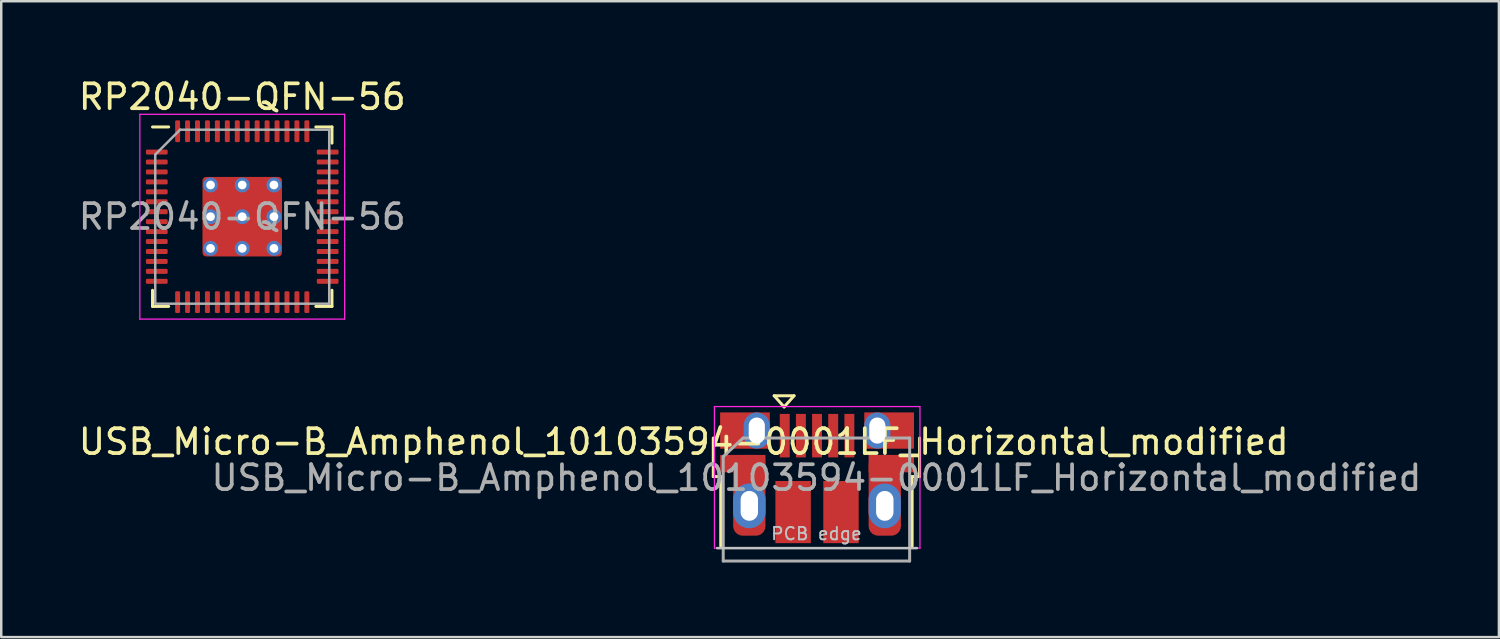
<source format=kicad_pcb>
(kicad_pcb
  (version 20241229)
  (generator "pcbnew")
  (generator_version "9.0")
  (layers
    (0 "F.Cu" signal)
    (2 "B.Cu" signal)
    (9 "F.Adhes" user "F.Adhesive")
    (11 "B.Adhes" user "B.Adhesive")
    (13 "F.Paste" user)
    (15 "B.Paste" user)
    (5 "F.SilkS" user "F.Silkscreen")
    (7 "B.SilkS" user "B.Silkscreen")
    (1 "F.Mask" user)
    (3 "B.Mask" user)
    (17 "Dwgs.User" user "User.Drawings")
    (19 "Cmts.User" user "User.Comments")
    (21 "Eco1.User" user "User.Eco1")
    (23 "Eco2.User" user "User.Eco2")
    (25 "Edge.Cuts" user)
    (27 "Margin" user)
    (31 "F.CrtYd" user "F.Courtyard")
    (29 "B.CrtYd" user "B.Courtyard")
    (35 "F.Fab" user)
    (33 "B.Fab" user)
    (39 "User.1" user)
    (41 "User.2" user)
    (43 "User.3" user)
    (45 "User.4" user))
  (footprint "RP2040-QFN-56"
    (layer "F.Cu")
    (at 6.696 5.668)
    (property "Reference" "RP2040-QFN-56" (at 0 -4.82 0) (layer "F.SilkS") (effects (font (size 1 1) (thickness 0.15))))
    (attr smd)
    (fp_line (start -3.61 3.61) (end -3.61 2.96) (stroke (width 0.12) (type solid)) (layer "F.SilkS"))
    (fp_line (start -2.96 -3.61) (end -3.61 -3.61) (stroke (width 0.12) (type solid)) (layer "F.SilkS"))
    (fp_line (start -2.96 3.61) (end -3.61 3.61) (stroke (width 0.12) (type solid)) (layer "F.SilkS"))
    (fp_line (start 2.96 -3.61) (end 3.61 -3.61) (stroke (width 0.12) (type solid)) (layer "F.SilkS"))
    (fp_line (start 2.96 3.61) (end 3.61 3.61) (stroke (width 0.12) (type solid)) (layer "F.SilkS"))
    (fp_line (start 3.61 -3.61) (end 3.61 -2.96) (stroke (width 0.12) (type solid)) (layer "F.SilkS"))
    (fp_line (start 3.61 3.61) (end 3.61 2.96) (stroke (width 0.12) (type solid)) (layer "F.SilkS"))
    (fp_line (start -4.12 -4.12) (end -4.12 4.12) (stroke (width 0.05) (type solid)) (layer "F.CrtYd"))
    (fp_line (start -4.12 4.12) (end 4.12 4.12) (stroke (width 0.05) (type solid)) (layer "F.CrtYd"))
    (fp_line (start 4.12 -4.12) (end -4.12 -4.12) (stroke (width 0.05) (type solid)) (layer "F.CrtYd"))
    (fp_line (start 4.12 4.12) (end 4.12 -4.12) (stroke (width 0.05) (type solid)) (layer "F.CrtYd"))
    (fp_line (start -3.5 -2.5) (end -2.5 -3.5) (stroke (width 0.1) (type solid)) (layer "F.Fab"))
    (fp_line (start -3.5 3.5) (end -3.5 -2.5) (stroke (width 0.1) (type solid)) (layer "F.Fab"))
    (fp_line (start -2.5 -3.5) (end 3.5 -3.5) (stroke (width 0.1) (type solid)) (layer "F.Fab"))
    (fp_line (start 3.5 -3.5) (end 3.5 3.5) (stroke (width 0.1) (type solid)) (layer "F.Fab"))
    (fp_line (start 3.5 3.5) (end -3.5 3.5) (stroke (width 0.1) (type solid)) (layer "F.Fab"))
    (fp_text user "${REFERENCE}" (at 0 0 0) (layer "F.Fab") (effects (font (size 1 1) (thickness 0.15))))
    (pad "" smd roundrect (at -0.637 -0.637) (size 1.084 1.084) (layers "F.Paste") (roundrect_rratio 0.231))
    (pad "" smd roundrect (at -0.637 0.637) (size 1.084 1.084) (layers "F.Paste") (roundrect_rratio 0.231))
    (pad "" smd roundrect (at 0.637 -0.637) (size 1.084 1.084) (layers "F.Paste") (roundrect_rratio 0.231))
    (pad "" smd roundrect (at 0.637 0.637) (size 1.084 1.084) (layers "F.Paste") (roundrect_rratio 0.231))
    (pad "1" smd roundrect (at -3.438 -2.6) (size 0.875 0.2) (layers "F.Cu" "F.Mask" "F.Paste") (roundrect_rratio 0.25))
    (pad "2" smd roundrect (at -3.438 -2.2) (size 0.875 0.2) (layers "F.Cu" "F.Mask" "F.Paste") (roundrect_rratio 0.25))
    (pad "3" smd roundrect (at -3.438 -1.8) (size 0.875 0.2) (layers "F.Cu" "F.Mask" "F.Paste") (roundrect_rratio 0.25))
    (pad "4" smd roundrect (at -3.438 -1.4) (size 0.875 0.2) (layers "F.Cu" "F.Mask" "F.Paste") (roundrect_rratio 0.25))
    (pad "5" smd roundrect (at -3.438 -1) (size 0.875 0.2) (layers "F.Cu" "F.Mask" "F.Paste") (roundrect_rratio 0.25))
    (pad "6" smd roundrect (at -3.438 -0.6) (size 0.875 0.2) (layers "F.Cu" "F.Mask" "F.Paste") (roundrect_rratio 0.25))
    (pad "7" smd roundrect (at -3.438 -0.2) (size 0.875 0.2) (layers "F.Cu" "F.Mask" "F.Paste") (roundrect_rratio 0.25))
    (pad "8" smd roundrect (at -3.438 0.2) (size 0.875 0.2) (layers "F.Cu" "F.Mask" "F.Paste") (roundrect_rratio 0.25))
    (pad "9" smd roundrect (at -3.438 0.6) (size 0.875 0.2) (layers "F.Cu" "F.Mask" "F.Paste") (roundrect_rratio 0.25))
    (pad "10" smd roundrect (at -3.438 1) (size 0.875 0.2) (layers "F.Cu" "F.Mask" "F.Paste") (roundrect_rratio 0.25))
    (pad "11" smd roundrect (at -3.438 1.4) (size 0.875 0.2) (layers "F.Cu" "F.Mask" "F.Paste") (roundrect_rratio 0.25))
    (pad "12" smd roundrect (at -3.438 1.8) (size 0.875 0.2) (layers "F.Cu" "F.Mask" "F.Paste") (roundrect_rratio 0.25))
    (pad "13" smd roundrect (at -3.438 2.2) (size 0.875 0.2) (layers "F.Cu" "F.Mask" "F.Paste") (roundrect_rratio 0.25))
    (pad "14" smd roundrect (at -3.438 2.6) (size 0.875 0.2) (layers "F.Cu" "F.Mask" "F.Paste") (roundrect_rratio 0.25))
    (pad "15" smd roundrect (at -2.6 3.438) (size 0.2 0.875) (layers "F.Cu" "F.Mask" "F.Paste") (roundrect_rratio 0.25))
    (pad "16" smd roundrect (at -2.2 3.438) (size 0.2 0.875) (layers "F.Cu" "F.Mask" "F.Paste") (roundrect_rratio 0.25))
    (pad "17" smd roundrect (at -1.8 3.438) (size 0.2 0.875) (layers "F.Cu" "F.Mask" "F.Paste") (roundrect_rratio 0.25))
    (pad "18" smd roundrect (at -1.4 3.438) (size 0.2 0.875) (layers "F.Cu" "F.Mask" "F.Paste") (roundrect_rratio 0.25))
    (pad "19" smd roundrect (at -1 3.438) (size 0.2 0.875) (layers "F.Cu" "F.Mask" "F.Paste") (roundrect_rratio 0.25))
    (pad "20" smd roundrect (at -0.6 3.438) (size 0.2 0.875) (layers "F.Cu" "F.Mask" "F.Paste") (roundrect_rratio 0.25))
    (pad "21" smd roundrect (at -0.2 3.438) (size 0.2 0.875) (layers "F.Cu" "F.Mask" "F.Paste") (roundrect_rratio 0.25))
    (pad "22" smd roundrect (at 0.2 3.438) (size 0.2 0.875) (layers "F.Cu" "F.Mask" "F.Paste") (roundrect_rratio 0.25))
    (pad "23" smd roundrect (at 0.6 3.438) (size 0.2 0.875) (layers "F.Cu" "F.Mask" "F.Paste") (roundrect_rratio 0.25))
    (pad "24" smd roundrect (at 1 3.438) (size 0.2 0.875) (layers "F.Cu" "F.Mask" "F.Paste") (roundrect_rratio 0.25))
    (pad "25" smd roundrect (at 1.4 3.438) (size 0.2 0.875) (layers "F.Cu" "F.Mask" "F.Paste") (roundrect_rratio 0.25))
    (pad "26" smd roundrect (at 1.8 3.438) (size 0.2 0.875) (layers "F.Cu" "F.Mask" "F.Paste") (roundrect_rratio 0.25))
    (pad "27" smd roundrect (at 2.2 3.438) (size 0.2 0.875) (layers "F.Cu" "F.Mask" "F.Paste") (roundrect_rratio 0.25))
    (pad "28" smd roundrect (at 2.6 3.438) (size 0.2 0.875) (layers "F.Cu" "F.Mask" "F.Paste") (roundrect_rratio 0.25))
    (pad "29" smd roundrect (at 3.438 2.6) (size 0.875 0.2) (layers "F.Cu" "F.Mask" "F.Paste") (roundrect_rratio 0.25))
    (pad "30" smd roundrect (at 3.438 2.2) (size 0.875 0.2) (layers "F.Cu" "F.Mask" "F.Paste") (roundrect_rratio 0.25))
    (pad "31" smd roundrect (at 3.438 1.8) (size 0.875 0.2) (layers "F.Cu" "F.Mask" "F.Paste") (roundrect_rratio 0.25))
    (pad "32" smd roundrect (at 3.438 1.4) (size 0.875 0.2) (layers "F.Cu" "F.Mask" "F.Paste") (roundrect_rratio 0.25))
    (pad "33" smd roundrect (at 3.438 1) (size 0.875 0.2) (layers "F.Cu" "F.Mask" "F.Paste") (roundrect_rratio 0.25))
    (pad "34" smd roundrect (at 3.438 0.6) (size 0.875 0.2) (layers "F.Cu" "F.Mask" "F.Paste") (roundrect_rratio 0.25))
    (pad "35" smd roundrect (at 3.438 0.2) (size 0.875 0.2) (layers "F.Cu" "F.Mask" "F.Paste") (roundrect_rratio 0.25))
    (pad "36" smd roundrect (at 3.438 -0.2) (size 0.875 0.2) (layers "F.Cu" "F.Mask" "F.Paste") (roundrect_rratio 0.25))
    (pad "37" smd roundrect (at 3.438 -0.6) (size 0.875 0.2) (layers "F.Cu" "F.Mask" "F.Paste") (roundrect_rratio 0.25))
    (pad "38" smd roundrect (at 3.438 -1) (size 0.875 0.2) (layers "F.Cu" "F.Mask" "F.Paste") (roundrect_rratio 0.25))
    (pad "39" smd roundrect (at 3.438 -1.4) (size 0.875 0.2) (layers "F.Cu" "F.Mask" "F.Paste") (roundrect_rratio 0.25))
    (pad "40" smd roundrect (at 3.438 -1.8) (size 0.875 0.2) (layers "F.Cu" "F.Mask" "F.Paste") (roundrect_rratio 0.25))
    (pad "41" smd roundrect (at 3.438 -2.2) (size 0.875 0.2) (layers "F.Cu" "F.Mask" "F.Paste") (roundrect_rratio 0.25))
    (pad "42" smd roundrect (at 3.438 -2.6) (size 0.875 0.2) (layers "F.Cu" "F.Mask" "F.Paste") (roundrect_rratio 0.25))
    (pad "43" smd roundrect (at 2.6 -3.438) (size 0.2 0.875) (layers "F.Cu" "F.Mask" "F.Paste") (roundrect_rratio 0.25))
    (pad "44" smd roundrect (at 2.2 -3.438) (size 0.2 0.875) (layers "F.Cu" "F.Mask" "F.Paste") (roundrect_rratio 0.25))
    (pad "45" smd roundrect (at 1.8 -3.438) (size 0.2 0.875) (layers "F.Cu" "F.Mask" "F.Paste") (roundrect_rratio 0.25))
    (pad "46" smd roundrect (at 1.4 -3.438) (size 0.2 0.875) (layers "F.Cu" "F.Mask" "F.Paste") (roundrect_rratio 0.25))
    (pad "47" smd roundrect (at 1 -3.438) (size 0.2 0.875) (layers "F.Cu" "F.Mask" "F.Paste") (roundrect_rratio 0.25))
    (pad "48" smd roundrect (at 0.6 -3.438) (size 0.2 0.875) (layers "F.Cu" "F.Mask" "F.Paste") (roundrect_rratio 0.25))
    (pad "49" smd roundrect (at 0.2 -3.438) (size 0.2 0.875) (layers "F.Cu" "F.Mask" "F.Paste") (roundrect_rratio 0.25))
    (pad "50" smd roundrect (at -0.2 -3.438) (size 0.2 0.875) (layers "F.Cu" "F.Mask" "F.Paste") (roundrect_rratio 0.25))
    (pad "51" smd roundrect (at -0.6 -3.438) (size 0.2 0.875) (layers "F.Cu" "F.Mask" "F.Paste") (roundrect_rratio 0.25))
    (pad "52" smd roundrect (at -1 -3.438) (size 0.2 0.875) (layers "F.Cu" "F.Mask" "F.Paste") (roundrect_rratio 0.25))
    (pad "53" smd roundrect (at -1.4 -3.438) (size 0.2 0.875) (layers "F.Cu" "F.Mask" "F.Paste") (roundrect_rratio 0.25))
    (pad "54" smd roundrect (at -1.8 -3.438) (size 0.2 0.875) (layers "F.Cu" "F.Mask" "F.Paste") (roundrect_rratio 0.25))
    (pad "55" smd roundrect (at -2.2 -3.438) (size 0.2 0.875) (layers "F.Cu" "F.Mask" "F.Paste") (roundrect_rratio 0.25))
    (pad "56" smd roundrect (at -2.6 -3.438) (size 0.2 0.875) (layers "F.Cu" "F.Mask" "F.Paste") (roundrect_rratio 0.25))
    (pad "57" thru_hole circle (at -1.275 -1.275) (size 0.6 0.6) (drill 0.35) (layers "*.Cu"))
    (pad "57" thru_hole circle (at -1.275 0) (size 0.6 0.6) (drill 0.35) (layers "*.Cu"))
    (pad "57" thru_hole circle (at -1.275 1.275) (size 0.6 0.6) (drill 0.35) (layers "*.Cu"))
    (pad "57" thru_hole circle (at 0 -1.275) (size 0.6 0.6) (drill 0.35) (layers "*.Cu"))
    (pad "57" thru_hole circle (at 0 0) (size 0.6 0.6) (drill 0.35) (layers "*.Cu"))
    (pad "57" smd roundrect (at 0 0) (size 3.2 3.2) (layers "F.Cu" "F.Mask") (roundrect_rratio 0.045))
    (pad "57" thru_hole circle (at 0 1.275) (size 0.6 0.6) (drill 0.35) (layers "*.Cu"))
    (pad "57" thru_hole circle (at 1.275 -1.275) (size 0.6 0.6) (drill 0.35) (layers "*.Cu"))
    (pad "57" thru_hole circle (at 1.275 0) (size 0.6 0.6) (drill 0.35) (layers "*.Cu"))
    (pad "57" thru_hole circle (at 1.275 1.275) (size 0.6 0.6) (drill 0.35) (layers "*.Cu")))
  (footprint "USB_Micro-B_Amphenol_10103594-0001LF_Horizontal_modified"
    (layer "F.Cu")
    (at 29.823 17.303)
    (property "Reference" "USB_Micro-B_Amphenol_10103594-0001LF_Horizontal_modified" (at -5.365 -2.58 180) (layer "F.SilkS") (effects (font (size 1 1) (thickness 0.15))))
    (attr smd)
    (fp_line (start -4.175 -1.18) (end -4.175 -2.73) (stroke (width 0.12) (type solid)) (layer "F.SilkS"))
    (fp_line (start -4.175 -1.18) (end -3.875 -1.18) (stroke (width 0.12) (type solid)) (layer "F.SilkS"))
    (fp_line (start -3.875 1.62) (end -3.875 -1.18) (stroke (width 0.12) (type solid)) (layer "F.SilkS"))
    (fp_line (start -1.725 -4.43) (end -0.925 -4.43) (stroke (width 0.12) (type solid)) (layer "F.SilkS"))
    (fp_line (start -1.325 -3.98) (end -1.725 -4.43) (stroke (width 0.12) (type solid)) (layer "F.SilkS"))
    (fp_line (start -0.925 -4.43) (end -1.325 -3.98) (stroke (width 0.12) (type solid)) (layer "F.SilkS"))
    (fp_line (start 3.825 -1.18) (end 4.125 -1.18) (stroke (width 0.12) (type solid)) (layer "F.SilkS"))
    (fp_line (start 3.825 1.62) (end 3.825 -1.18) (stroke (width 0.12) (type solid)) (layer "F.SilkS"))
    (fp_line (start 4.125 -1.18) (end 4.125 -2.73) (stroke (width 0.12) (type solid)) (layer "F.SilkS"))
    (fp_line (start -4.02 1.7) (end 4.02 1.7) (stroke (width 0.1) (type solid)) (layer "Dwgs.User"))
    (fp_line (start -4.13 -3.995) (end -4.13 1.7) (stroke (width 0.05) (type solid)) (layer "F.CrtYd"))
    (fp_line (start -4.13 -3.995) (end 4.14 -3.995) (stroke (width 0.05) (type solid)) (layer "F.CrtYd"))
    (fp_line (start 4.14 1.7) (end -4.13 1.7) (stroke (width 0.05) (type solid)) (layer "F.CrtYd"))
    (fp_line (start 4.14 1.7) (end 4.14 -3.995) (stroke (width 0.05) (type solid)) (layer "F.CrtYd"))
    (fp_line (start -3.775 -1.98) (end -2.975 -2.73) (stroke (width 0.12) (type solid)) (layer "F.Fab"))
    (fp_line (start -3.775 2.22) (end -3.775 -1.98) (stroke (width 0.12) (type solid)) (layer "F.Fab"))
    (fp_line (start -2.975 -2.73) (end 3.725 -2.73) (stroke (width 0.12) (type solid)) (layer "F.Fab"))
    (fp_line (start 3.725 -2.73) (end 3.725 2.22) (stroke (width 0.12) (type solid)) (layer "F.Fab"))
    (fp_line (start 3.725 2.22) (end -3.775 2.22) (stroke (width 0.12) (type solid)) (layer "F.Fab"))
    (fp_text user "PCB edge" (at -0.025 1.12 180) (layer "Dwgs.User") (effects (font (size 0.5 0.5) (thickness 0.075))))
    (fp_text user "${REFERENCE}" (at -0.025 -1.13 180) (layer "F.Fab") (effects (font (size 1 1) (thickness 0.15))))
    (pad "1" smd rect (at -1.3 -2.825 90) (size 1.75 0.4) (layers "F.Cu" "F.Mask" "F.Paste"))
    (pad "2" smd rect (at -0.65 -2.825 90) (size 1.75 0.4) (layers "F.Cu" "F.Mask" "F.Paste"))
    (pad "3" smd rect (at 0 -2.825 90) (size 1.75 0.4) (layers "F.Cu" "F.Mask" "F.Paste"))
    (pad "4" smd rect (at 0.65 -2.825 90) (size 1.75 0.4) (layers "F.Cu" "F.Mask" "F.Paste"))
    (pad "5" smd rect (at 1.3 -2.825 90) (size 1.75 0.4) (layers "F.Cu" "F.Mask" "F.Paste"))
    (pad "6" smd rect (at -2.987 -1.7) (size 1.825 0.7) (layers "F.Cu" "F.Mask" "F.Paste"))
    (pad "6" smd rect (at -2.9 -3.03) (size 2 1.46) (layers "F.Cu" "F.Mask" "F.Paste"))
    (pad "6" smd roundrect (at -2.725 -0.425) (size 1.3 3.25) (layers "F.Cu" "F.Mask" "F.Paste") (roundrect_rratio 0.296))
    (pad "6" thru_hole oval (at -2.725 0 90) (size 1.8 1.3) (drill oval 1.2 0.7) (layers "*.Cu" "*.Mask"))
    (pad "6" thru_hole oval (at -2.425 -3.03 90) (size 1.45 1.05) (drill oval 1.05 0.65) (layers "*.Cu" "*.Mask"))
    (pad "6" smd rect (at -0.963 0.25 90) (size 2.5 1.425) (layers "F.Cu" "F.Mask" "F.Paste"))
    (pad "6" smd rect (at 0.963 0.25 90) (size 2.5 1.425) (layers "F.Cu" "F.Mask" "F.Paste"))
    (pad "6" thru_hole oval (at 2.425 -3.03 90) (size 1.45 1.05) (drill oval 1.05 0.65) (layers "*.Cu" "*.Mask"))
    (pad "6" smd roundrect (at 2.725 -0.425) (size 1.3 3.25) (layers "F.Cu" "F.Mask" "F.Paste") (roundrect_rratio 0.296))
    (pad "6" thru_hole oval (at 2.725 0 90) (size 1.8 1.3) (drill oval 1.2 0.7) (layers "*.Cu" "*.Mask"))
    (pad "6" smd rect (at 2.9 -3.03) (size 2 1.46) (layers "F.Cu" "F.Mask" "F.Paste"))
    (pad "6" smd rect (at 2.987 -1.7) (size 1.825 0.7) (layers "F.Cu" "F.Mask" "F.Paste")))
  (gr_rect
    (start -3 -3)
    (end 57.257 22.583)
    (stroke (width 0.1) (type default))
    (fill no)
    (layer "Edge.Cuts")))
</source>
